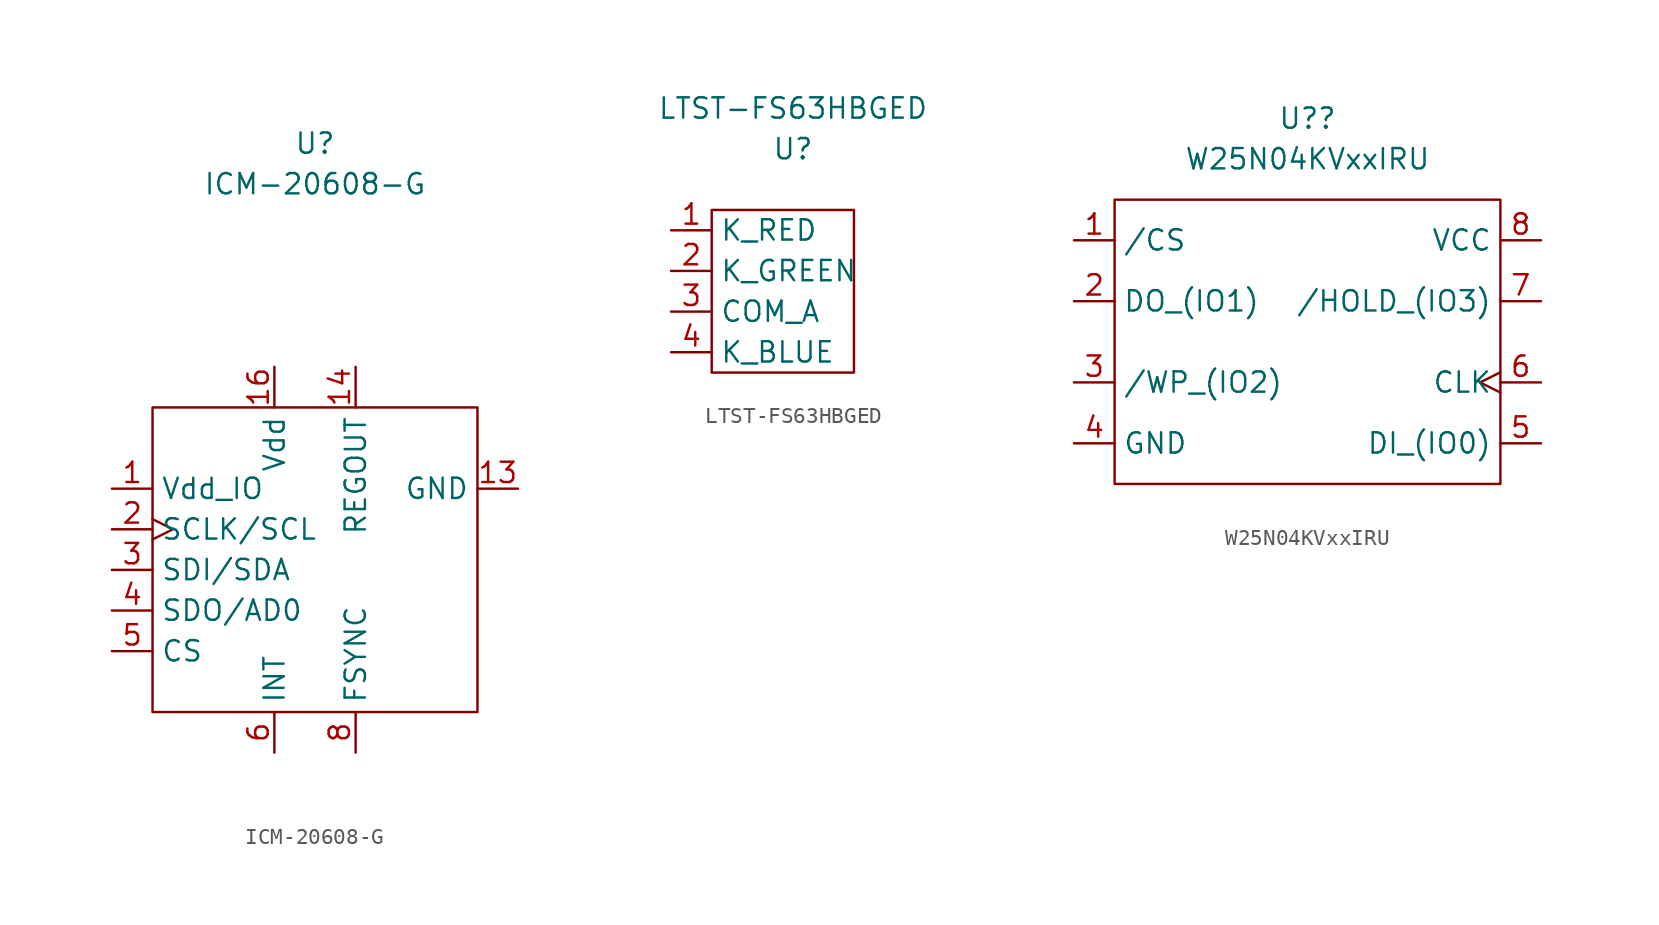
<source format=kicad_sym>
(kicad_symbol_lib
  (version 20211014)
  (generator kicad_symbol_editor)
  (symbol "ICM-20608-G"
    (property "Reference" "U"
      (at 0 26.67 0)
      (effects (font (size 1.27 1.27))))
    (property "Value" "ICM-20608-G"
      (at 0 24.13 0)
      (effects (font (size 1.27 1.27))))
    (symbol "ICM-20608-G_0_1"
      (rectangle (start -10.16 10.16) (end 10.16 -8.89) (stroke (width 0) (type default) (color 0 0 0 0)) (fill (type none))))
    (symbol "ICM-20608-G_1_1"
      (pin power_in line (at -12.7 5.08 0) (length 2.54) (name "Vdd_IO" (effects (font (size 1.27 1.27)))) (number "1" (effects (font (size 1.27 1.27)))))
      (pin unspecified line (at 12.7 -2.54 180) (length 2.54) hide (name "RSV" (effects (font (size 1.27 1.27)))) (number "10" (effects (font (size 1.27 1.27)))))
      (pin no_connect line (at 12.7 0 180) (length 2.54) hide (name "RSV" (effects (font (size 1.27 1.27)))) (number "11" (effects (font (size 1.27 1.27)))))
      (pin no_connect line (at 12.7 2.54 180) (length 2.54) hide (name "RSV" (effects (font (size 1.27 1.27)))) (number "12" (effects (font (size 1.27 1.27)))))
      (pin power_in line (at 12.7 5.08 180) (length 2.54) (name "GND" (effects (font (size 1.27 1.27)))) (number "13" (effects (font (size 1.27 1.27)))))
      (pin power_out line (at 2.54 12.7 270) (length 2.54) (name "REGOUT" (effects (font (size 1.27 1.27)))) (number "14" (effects (font (size 1.27 1.27)))))
      (pin unspecified line (at 0 12.7 270) (length 2.54) hide (name "RSV" (effects (font (size 1.27 1.27)))) (number "15" (effects (font (size 1.27 1.27)))))
      (pin power_in line (at -2.54 12.7 270) (length 2.54) (name "Vdd" (effects (font (size 1.27 1.27)))) (number "16" (effects (font (size 1.27 1.27)))))
      (pin input clock (at -12.7 2.54 0) (length 2.54) (name "SCLK/SCL" (effects (font (size 1.27 1.27)))) (number "2" (effects (font (size 1.27 1.27)))))
      (pin input line (at -12.7 0 0) (length 2.54) (name "SDI/SDA" (effects (font (size 1.27 1.27)))) (number "3" (effects (font (size 1.27 1.27)))))
      (pin output line (at -12.7 -2.54 0) (length 2.54) (name "SDO/AD0" (effects (font (size 1.27 1.27)))) (number "4" (effects (font (size 1.27 1.27)))))
      (pin input line (at -12.7 -5.08 0) (length 2.54) (name "CS" (effects (font (size 1.27 1.27)))) (number "5" (effects (font (size 1.27 1.27)))))
      (pin output line (at -2.54 -11.43 90) (length 2.54) (name "INT" (effects (font (size 1.27 1.27)))) (number "6" (effects (font (size 1.27 1.27)))))
      (pin unspecified line (at 0 -11.43 90) (length 2.54) hide (name "RSV" (effects (font (size 1.27 1.27)))) (number "7" (effects (font (size 1.27 1.27)))))
      (pin input line (at 2.54 -11.43 90) (length 2.54) (name "FSYNC" (effects (font (size 1.27 1.27)))) (number "8" (effects (font (size 1.27 1.27)))))
      (pin unspecified line (at 12.7 -5.08 180) (length 2.54) hide (name "RSV" (effects (font (size 1.27 1.27)))) (number "9" (effects (font (size 1.27 1.27)))))))
  (symbol "LTST-FS63HBGED"
    (property "Reference" "U"
      (at 0 8.89 0)
      (effects (font (size 1.27 1.27))))
    (property "Value" "LTST-FS63HBGED"
      (at 0 11.43 0)
      (effects (font (size 1.27 1.27))))
    (symbol "LTST-FS63HBGED_0_1"
      (rectangle (start -5.08 5.08) (end 3.81 -5.08) (stroke (width 0) (type default) (color 0 0 0 0)) (fill (type none))))
    (symbol "LTST-FS63HBGED_1_1"
      (pin input line (at -7.62 3.81 0) (length 2.54) (name "K_RED" (effects (font (size 1.27 1.27)))) (number "1" (effects (font (size 1.27 1.27)))))
      (pin input line (at -7.62 1.27 0) (length 2.54) (name "K_GREEN" (effects (font (size 1.27 1.27)))) (number "2" (effects (font (size 1.27 1.27)))))
      (pin input line (at -7.62 -1.27 0) (length 2.54) (name "COM_A" (effects (font (size 1.27 1.27)))) (number "3" (effects (font (size 1.27 1.27)))))
      (pin input line (at -7.62 -3.81 0) (length 2.54) (name "K_BLUE" (effects (font (size 1.27 1.27)))) (number "4" (effects (font (size 1.27 1.27)))))))
  (symbol "W25N04KVxxIRU"
    (property "Reference" "U?"
      (at 0.635 13.97 0)
      (effects (font (size 1.27 1.27))))
    (property "Value" "W25N04KVxxIRU"
      (at 0.635 11.43 0)
      (effects (font (size 1.27 1.27))))
    (symbol "W25N04KVxxIRU_0_1"
      (rectangle (start -11.43 8.89) (end 12.7 -8.89) (stroke (width 0) (type default) (color 0 0 0 0)) (fill (type none))))
    (symbol "W25N04KVxxIRU_1_1"
      (pin input line (at -13.97 6.35 0) (length 2.54) (name "/CS" (effects (font (size 1.27 1.27)))) (number "1" (effects (font (size 1.27 1.27)))))
      (pin bidirectional line (at -13.97 2.54 0) (length 2.54) (name "DO_(IO1)" (effects (font (size 1.27 1.27)))) (number "2" (effects (font (size 1.27 1.27)))))
      (pin bidirectional line (at -13.97 -2.54 0) (length 2.54) (name "/WP_(IO2)" (effects (font (size 1.27 1.27)))) (number "3" (effects (font (size 1.27 1.27)))))
      (pin power_in line (at -13.97 -6.35 0) (length 2.54) (name "GND" (effects (font (size 1.27 1.27)))) (number "4" (effects (font (size 1.27 1.27)))))
      (pin bidirectional line (at 15.24 -6.35 180) (length 2.54) (name "DI_(IO0)" (effects (font (size 1.27 1.27)))) (number "5" (effects (font (size 1.27 1.27)))))
      (pin input clock (at 15.24 -2.54 180) (length 2.54) (name "CLK" (effects (font (size 1.27 1.27)))) (number "6" (effects (font (size 1.27 1.27)))))
      (pin bidirectional line (at 15.24 2.54 180) (length 2.54) (name "/HOLD_(IO3)" (effects (font (size 1.27 1.27)))) (number "7" (effects (font (size 1.27 1.27)))))
      (pin power_in line (at 15.24 6.35 180) (length 2.54) (name "VCC" (effects (font (size 1.27 1.27)))) (number "8" (effects (font (size 1.27 1.27))))))))
</source>
